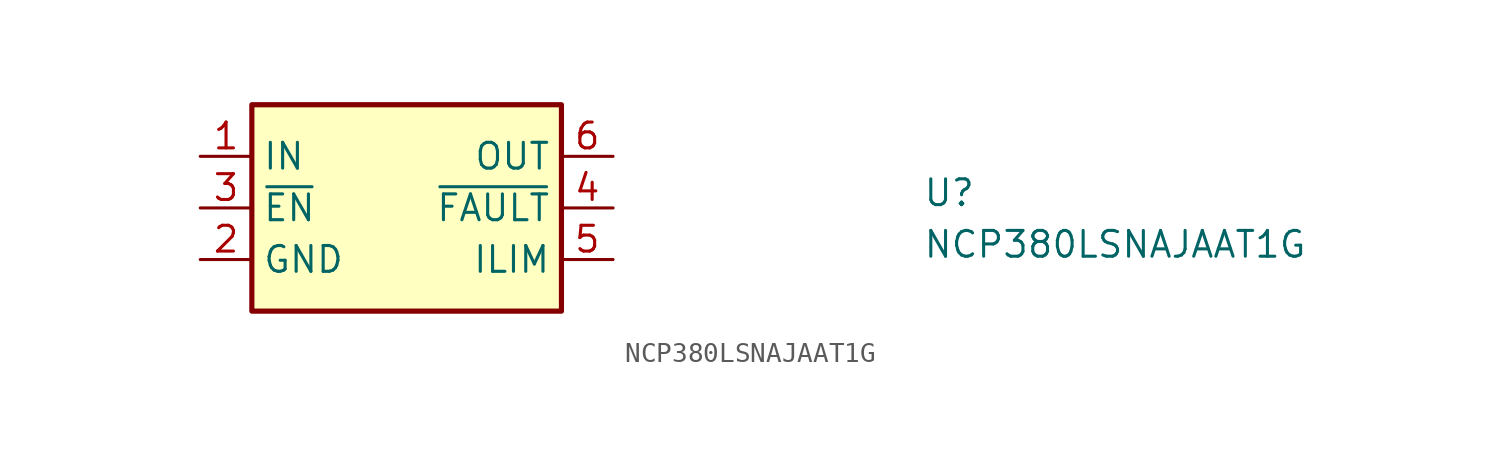
<source format=kicad_sym>
(kicad_symbol_lib
  (version 20211014)
  (generator kicad_symbol_editor)
  (symbol "NCP380LSNAJAAT1G"
    (property "Reference" "U"
      (at 35.56 -2.54 0)
      (effects (font (size 1.27 1.27) (thickness 0.15)) (justify left bottom)))
    (property "Value" "NCP380LSNAJAAT1G"
      (at 35.56 -5.08 0)
      (effects (font (size 1.27 1.27) (thickness 0.15)) (justify left bottom)))
    (symbol "NCP380LSNAJAAT1G_1_1"
      (rectangle (start 2.54 2.54) (end 17.78 -7.62) (stroke (width 0.254) (type default) (color 0 0 0 0)) (fill (type background)))
      (pin bidirectional line (at 0 0 0) (length 2.54) (name "IN" (effects (font (size 1.27 1.27)))) (number "1" (effects (font (size 1.27 1.27)))))
      (pin bidirectional line (at 0 -5.08 0) (length 2.54) (name "GND" (effects (font (size 1.27 1.27)))) (number "2" (effects (font (size 1.27 1.27)))))
      (pin bidirectional line (at 0 -2.54 0) (length 2.54) (name "~{EN}" (effects (font (size 1.27 1.27)))) (number "3" (effects (font (size 1.27 1.27)))))
      (pin bidirectional line (at 20.32 -2.54 180) (length 2.54) (name "~{FAULT}" (effects (font (size 1.27 1.27)))) (number "4" (effects (font (size 1.27 1.27)))))
      (pin bidirectional line (at 20.32 -5.08 180) (length 2.54) (name "ILIM" (effects (font (size 1.27 1.27)))) (number "5" (effects (font (size 1.27 1.27)))))
      (pin bidirectional line (at 20.32 0 180) (length 2.54) (name "OUT" (effects (font (size 1.27 1.27)))) (number "6" (effects (font (size 1.27 1.27))))))))
</source>
